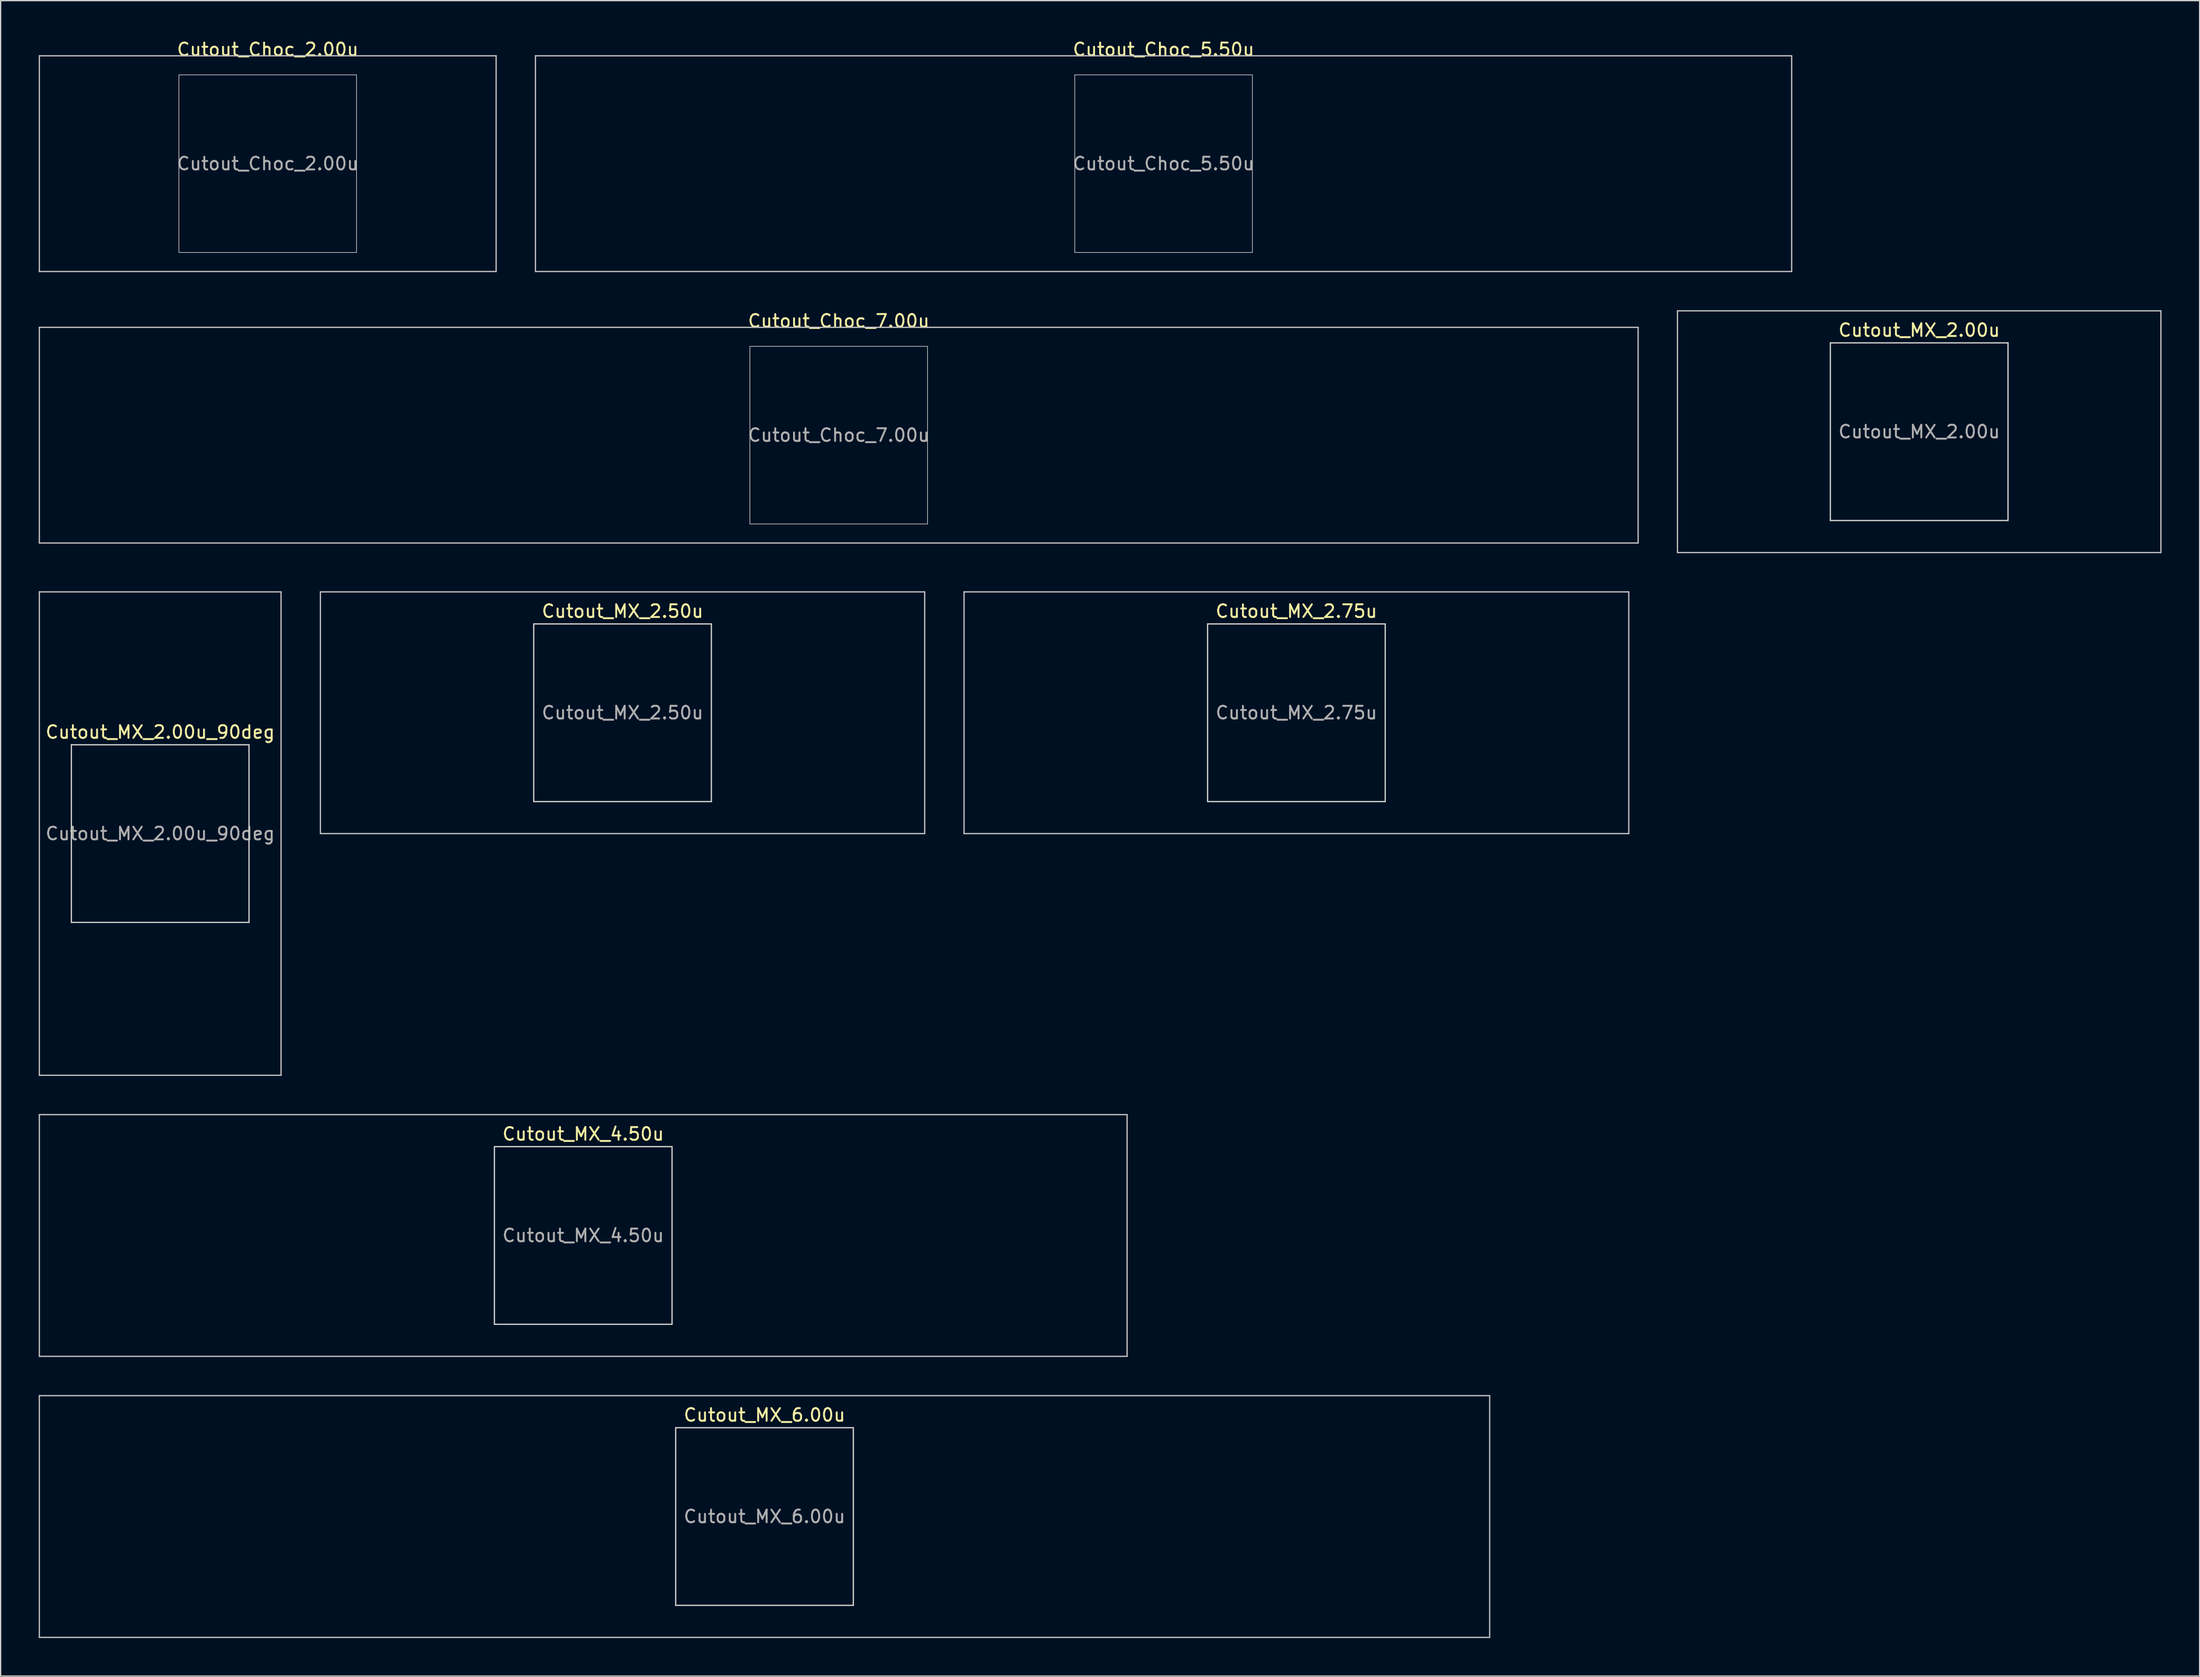
<source format=kicad_pcb>
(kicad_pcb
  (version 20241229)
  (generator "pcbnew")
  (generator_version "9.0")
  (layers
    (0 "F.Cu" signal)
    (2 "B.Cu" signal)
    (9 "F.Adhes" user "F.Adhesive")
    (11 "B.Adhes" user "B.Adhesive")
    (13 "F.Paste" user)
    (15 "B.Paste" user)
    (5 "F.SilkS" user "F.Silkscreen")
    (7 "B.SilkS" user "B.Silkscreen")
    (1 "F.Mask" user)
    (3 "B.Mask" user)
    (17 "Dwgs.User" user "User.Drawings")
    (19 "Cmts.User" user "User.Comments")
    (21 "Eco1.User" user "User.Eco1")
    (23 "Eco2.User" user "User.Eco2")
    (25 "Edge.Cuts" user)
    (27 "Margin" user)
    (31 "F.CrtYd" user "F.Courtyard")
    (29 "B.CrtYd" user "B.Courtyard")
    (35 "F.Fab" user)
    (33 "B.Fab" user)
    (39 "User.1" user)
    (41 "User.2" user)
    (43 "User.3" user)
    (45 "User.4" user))
  (footprint "Cutout_MX_2.75u"
    (layer "F.Cu")
    (at 99.119 53.123)
    (property "Reference" "Cutout_MX_2.75u" (at 0 -8 0) (layer "F.SilkS") (effects (font (size 1 1) (thickness 0.15))))
    (attr through_hole)
    (fp_line (start -26.194 -9.525) (end -26.194 9.525) (stroke (width 0.1) (type solid)) (layer "Dwgs.User"))
    (fp_line (start -26.194 9.525) (end 26.194 9.525) (stroke (width 0.1) (type solid)) (layer "Dwgs.User"))
    (fp_line (start 26.194 -9.525) (end -26.194 -9.525) (stroke (width 0.1) (type solid)) (layer "Dwgs.User"))
    (fp_line (start 26.194 9.525) (end 26.194 -9.525) (stroke (width 0.1) (type solid)) (layer "Dwgs.User"))
    (fp_line (start -7 -7) (end -7 7) (stroke (width 0.1) (type solid)) (layer "Edge.Cuts"))
    (fp_line (start -7 7) (end 7 7) (stroke (width 0.1) (type solid)) (layer "Edge.Cuts"))
    (fp_line (start 7 -7) (end -7 -7) (stroke (width 0.1) (type solid)) (layer "Edge.Cuts"))
    (fp_line (start 7 7) (end 7 -7) (stroke (width 0.1) (type solid)) (layer "Edge.Cuts"))
    (fp_text user "${REFERENCE}" (at 0 0 0) (layer "F.Fab") (effects (font (size 1 1) (thickness 0.15)))))
  (footprint "Cutout_Choc_7.00u"
    (layer "F.Cu")
    (at 63.05 31.247)
    (property "Reference" "Cutout_Choc_7.00u" (at 0 -9 0) (layer "F.SilkS") (effects (font (size 1 1) (thickness 0.15))))
    (attr through_hole)
    (fp_line (start -63 -8.5) (end -63 8.5) (stroke (width 0.1) (type solid)) (layer "Dwgs.User"))
    (fp_line (start -63 8.5) (end 63 8.5) (stroke (width 0.1) (type solid)) (layer "Dwgs.User"))
    (fp_line (start 63 -8.5) (end -63 -8.5) (stroke (width 0.1) (type solid)) (layer "Dwgs.User"))
    (fp_line (start 63 8.5) (end 63 -8.5) (stroke (width 0.1) (type solid)) (layer "Dwgs.User"))
    (fp_rect (start -7 -7) (end 7 7) (stroke (width 0.05) (type default)) (fill no) (layer "Edge.Cuts"))
    (fp_text user "${REFERENCE}" (at 0 0 0) (layer "F.Fab") (effects (font (size 1 1) (thickness 0.15)))))
  (footprint "Cutout_MX_4.50u"
    (layer "F.Cu")
    (at 42.913 94.323)
    (property "Reference" "Cutout_MX_4.50u" (at 0 -8 0) (layer "F.SilkS") (effects (font (size 1 1) (thickness 0.15))))
    (attr through_hole)
    (fp_line (start -42.862 -9.525) (end -42.862 9.525) (stroke (width 0.1) (type solid)) (layer "Dwgs.User"))
    (fp_line (start -42.862 9.525) (end 42.862 9.525) (stroke (width 0.1) (type solid)) (layer "Dwgs.User"))
    (fp_line (start 42.862 -9.525) (end -42.862 -9.525) (stroke (width 0.1) (type solid)) (layer "Dwgs.User"))
    (fp_line (start 42.862 9.525) (end 42.862 -9.525) (stroke (width 0.1) (type solid)) (layer "Dwgs.User"))
    (fp_line (start -7 -7) (end -7 7) (stroke (width 0.1) (type solid)) (layer "Edge.Cuts"))
    (fp_line (start -7 7) (end 7 7) (stroke (width 0.1) (type solid)) (layer "Edge.Cuts"))
    (fp_line (start 7 -7) (end -7 -7) (stroke (width 0.1) (type solid)) (layer "Edge.Cuts"))
    (fp_line (start 7 7) (end 7 -7) (stroke (width 0.1) (type solid)) (layer "Edge.Cuts"))
    (fp_text user "${REFERENCE}" (at 0 0 0) (layer "F.Fab") (effects (font (size 1 1) (thickness 0.15)))))
  (footprint "Cutout_MX_6.00u"
    (layer "F.Cu")
    (at 57.2 116.473)
    (property "Reference" "Cutout_MX_6.00u" (at 0 -8 0) (layer "F.SilkS") (effects (font (size 1 1) (thickness 0.15))))
    (attr through_hole)
    (fp_line (start -57.15 -9.525) (end -57.15 9.525) (stroke (width 0.1) (type solid)) (layer "Dwgs.User"))
    (fp_line (start -57.15 9.525) (end 57.15 9.525) (stroke (width 0.1) (type solid)) (layer "Dwgs.User"))
    (fp_line (start 57.15 -9.525) (end -57.15 -9.525) (stroke (width 0.1) (type solid)) (layer "Dwgs.User"))
    (fp_line (start 57.15 9.525) (end 57.15 -9.525) (stroke (width 0.1) (type solid)) (layer "Dwgs.User"))
    (fp_line (start -7 -7) (end -7 7) (stroke (width 0.1) (type solid)) (layer "Edge.Cuts"))
    (fp_line (start -7 7) (end 7 7) (stroke (width 0.1) (type solid)) (layer "Edge.Cuts"))
    (fp_line (start 7 -7) (end -7 -7) (stroke (width 0.1) (type solid)) (layer "Edge.Cuts"))
    (fp_line (start 7 7) (end 7 -7) (stroke (width 0.1) (type solid)) (layer "Edge.Cuts"))
    (fp_text user "${REFERENCE}" (at 0 0 0) (layer "F.Fab") (effects (font (size 1 1) (thickness 0.15)))))
  (footprint "Cutout_Choc_5.50u"
    (layer "F.Cu")
    (at 88.65 9.848)
    (property "Reference" "Cutout_Choc_5.50u" (at 0 -9 0) (layer "F.SilkS") (effects (font (size 1 1) (thickness 0.15))))
    (attr through_hole)
    (fp_line (start -49.5 -8.5) (end -49.5 8.5) (stroke (width 0.1) (type solid)) (layer "Dwgs.User"))
    (fp_line (start -49.5 8.5) (end 49.5 8.5) (stroke (width 0.1) (type solid)) (layer "Dwgs.User"))
    (fp_line (start 49.5 -8.5) (end -49.5 -8.5) (stroke (width 0.1) (type solid)) (layer "Dwgs.User"))
    (fp_line (start 49.5 8.5) (end 49.5 -8.5) (stroke (width 0.1) (type solid)) (layer "Dwgs.User"))
    (fp_rect (start -7 -7) (end 7 7) (stroke (width 0.05) (type default)) (fill no) (layer "Edge.Cuts"))
    (fp_text user "${REFERENCE}" (at 0 0 0) (layer "F.Fab") (effects (font (size 1 1) (thickness 0.15)))))
  (footprint "Cutout_MX_2.00u"
    (layer "F.Cu")
    (at 148.2 30.973)
    (property "Reference" "Cutout_MX_2.00u" (at 0 -8 0) (layer "F.SilkS") (effects (font (size 1 1) (thickness 0.15))))
    (attr through_hole)
    (fp_line (start -19.05 -9.525) (end -19.05 9.525) (stroke (width 0.1) (type solid)) (layer "Dwgs.User"))
    (fp_line (start -19.05 9.525) (end 19.05 9.525) (stroke (width 0.1) (type solid)) (layer "Dwgs.User"))
    (fp_line (start 19.05 -9.525) (end -19.05 -9.525) (stroke (width 0.1) (type solid)) (layer "Dwgs.User"))
    (fp_line (start 19.05 9.525) (end 19.05 -9.525) (stroke (width 0.1) (type solid)) (layer "Dwgs.User"))
    (fp_line (start -7 -7) (end -7 7) (stroke (width 0.1) (type solid)) (layer "Edge.Cuts"))
    (fp_line (start -7 7) (end 7 7) (stroke (width 0.1) (type solid)) (layer "Edge.Cuts"))
    (fp_line (start 7 -7) (end -7 -7) (stroke (width 0.1) (type solid)) (layer "Edge.Cuts"))
    (fp_line (start 7 7) (end 7 -7) (stroke (width 0.1) (type solid)) (layer "Edge.Cuts"))
    (fp_text user "${REFERENCE}" (at 0 0 0) (layer "F.Fab") (effects (font (size 1 1) (thickness 0.15)))))
  (footprint "Cutout_MX_2.50u"
    (layer "F.Cu")
    (at 46.013 53.123)
    (property "Reference" "Cutout_MX_2.50u" (at 0 -8 0) (layer "F.SilkS") (effects (font (size 1 1) (thickness 0.15))))
    (attr through_hole)
    (fp_line (start -23.812 -9.525) (end -23.812 9.525) (stroke (width 0.1) (type solid)) (layer "Dwgs.User"))
    (fp_line (start -23.812 9.525) (end 23.812 9.525) (stroke (width 0.1) (type solid)) (layer "Dwgs.User"))
    (fp_line (start 23.812 -9.525) (end -23.812 -9.525) (stroke (width 0.1) (type solid)) (layer "Dwgs.User"))
    (fp_line (start 23.812 9.525) (end 23.812 -9.525) (stroke (width 0.1) (type solid)) (layer "Dwgs.User"))
    (fp_line (start -7 -7) (end -7 7) (stroke (width 0.1) (type solid)) (layer "Edge.Cuts"))
    (fp_line (start -7 7) (end 7 7) (stroke (width 0.1) (type solid)) (layer "Edge.Cuts"))
    (fp_line (start 7 -7) (end -7 -7) (stroke (width 0.1) (type solid)) (layer "Edge.Cuts"))
    (fp_line (start 7 7) (end 7 -7) (stroke (width 0.1) (type solid)) (layer "Edge.Cuts"))
    (fp_text user "${REFERENCE}" (at 0 0 0) (layer "F.Fab") (effects (font (size 1 1) (thickness 0.15)))))
  (footprint "Cutout_MX_2.00u_90deg"
    (layer "F.Cu")
    (at 9.575 62.648)
    (property "Reference" "Cutout_MX_2.00u_90deg" (at 0 -8 0) (layer "F.SilkS") (effects (font (size 1 1) (thickness 0.15))))
    (attr through_hole)
    (fp_line (start -9.525 -19.05) (end 9.525 -19.05) (stroke (width 0.1) (type solid)) (layer "Dwgs.User"))
    (fp_line (start -9.525 19.05) (end -9.525 -19.05) (stroke (width 0.1) (type solid)) (layer "Dwgs.User"))
    (fp_line (start 9.525 -19.05) (end 9.525 19.05) (stroke (width 0.1) (type solid)) (layer "Dwgs.User"))
    (fp_line (start 9.525 19.05) (end -9.525 19.05) (stroke (width 0.1) (type solid)) (layer "Dwgs.User"))
    (fp_line (start -7 -7) (end -7 7) (stroke (width 0.1) (type solid)) (layer "Edge.Cuts"))
    (fp_line (start -7 7) (end 7 7) (stroke (width 0.1) (type solid)) (layer "Edge.Cuts"))
    (fp_line (start 7 -7) (end -7 -7) (stroke (width 0.1) (type solid)) (layer "Edge.Cuts"))
    (fp_line (start 7 7) (end 7 -7) (stroke (width 0.1) (type solid)) (layer "Edge.Cuts"))
    (fp_text user "${REFERENCE}" (at 0 0 0) (layer "F.Fab") (effects (font (size 1 1) (thickness 0.15)))))
  (footprint "Cutout_Choc_2.00u"
    (layer "F.Cu")
    (at 18.05 9.848)
    (property "Reference" "Cutout_Choc_2.00u" (at 0 -9 0) (layer "F.SilkS") (effects (font (size 1 1) (thickness 0.15))))
    (attr through_hole)
    (fp_line (start -18 -8.5) (end -18 8.5) (stroke (width 0.1) (type solid)) (layer "Dwgs.User"))
    (fp_line (start -18 8.5) (end 18 8.5) (stroke (width 0.1) (type solid)) (layer "Dwgs.User"))
    (fp_line (start 18 -8.5) (end -18 -8.5) (stroke (width 0.1) (type solid)) (layer "Dwgs.User"))
    (fp_line (start 18 8.5) (end 18 -8.5) (stroke (width 0.1) (type solid)) (layer "Dwgs.User"))
    (fp_rect (start -7 -7) (end 7 7) (stroke (width 0.05) (type default)) (fill no) (layer "Edge.Cuts"))
    (fp_text user "${REFERENCE}" (at 0 0 0) (layer "F.Fab") (effects (font (size 1 1) (thickness 0.15)))))
  (gr_rect
    (start -3 -3)
    (end 170.3 129.048)
    (stroke (width 0.1) (type default))
    (fill no)
    (layer "Edge.Cuts")))
</source>
